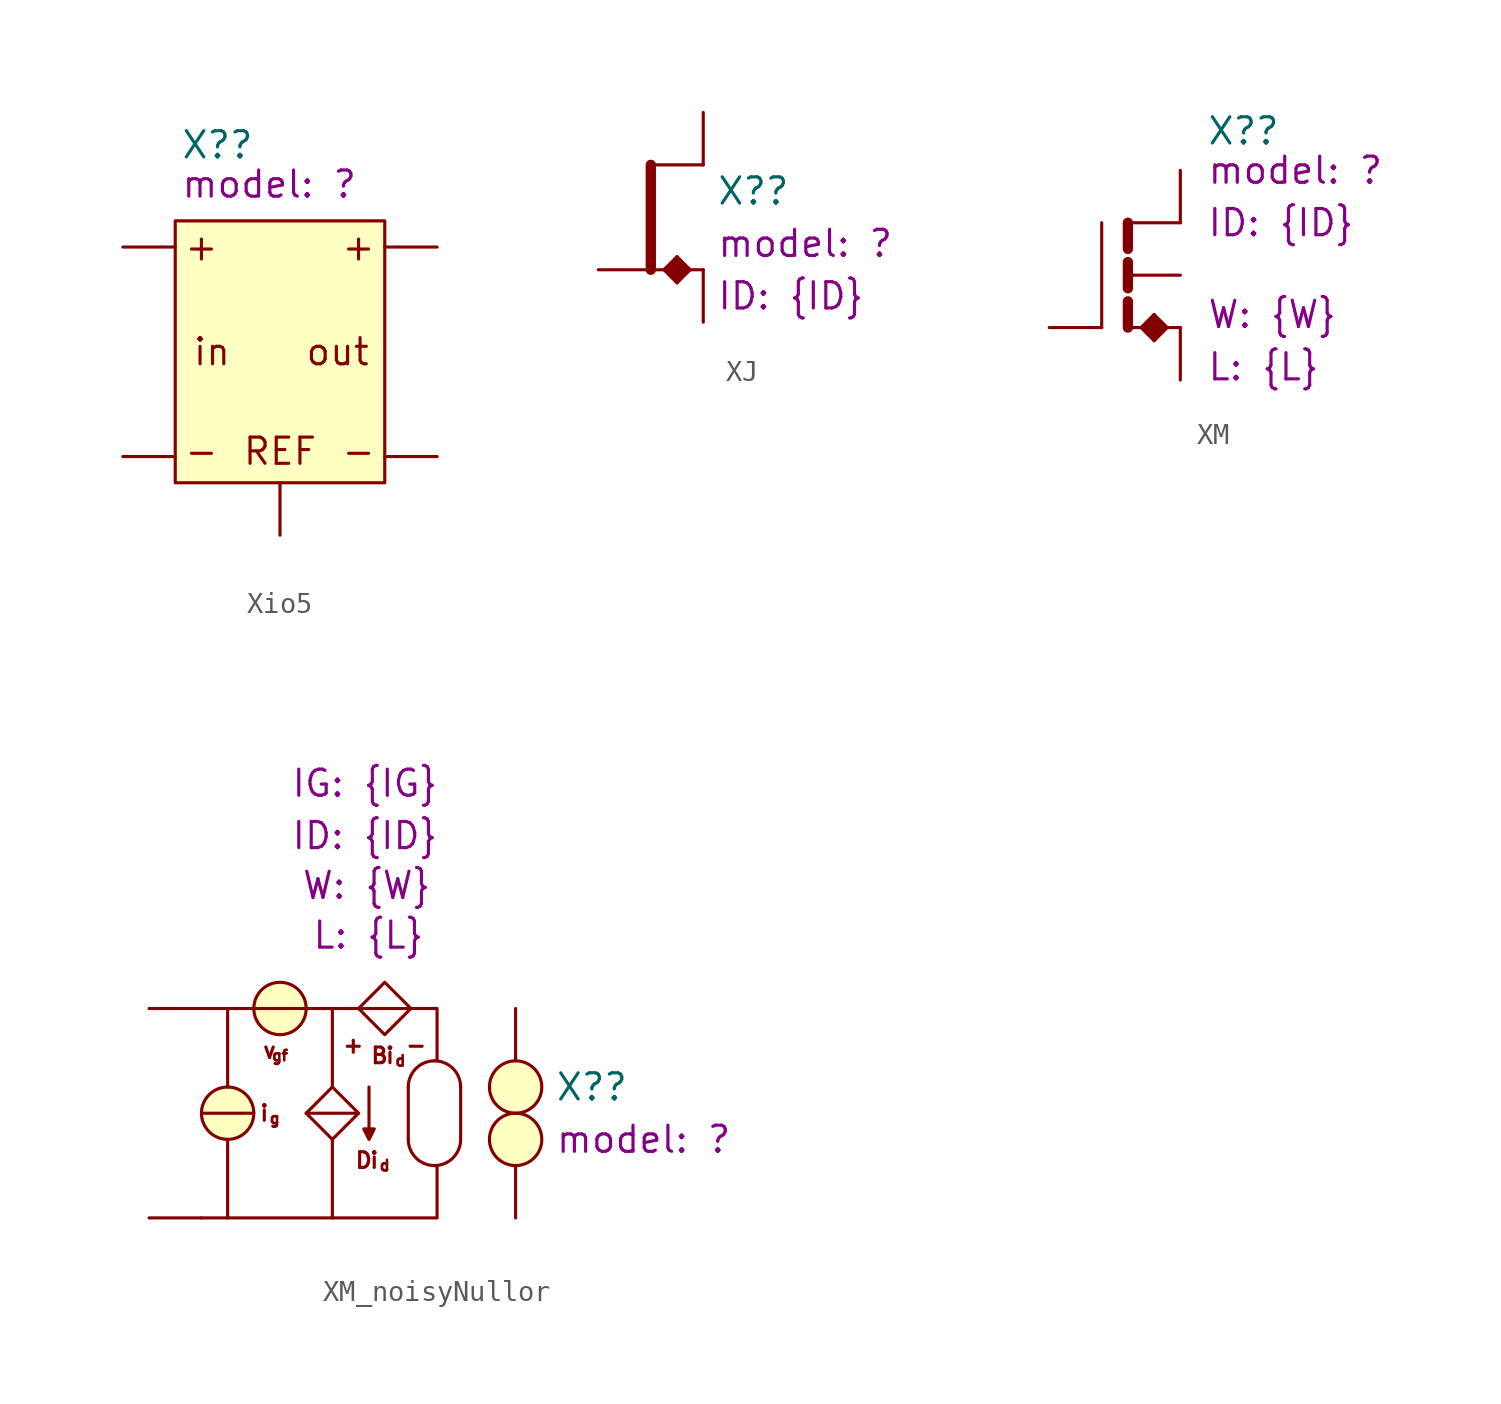
<source format=kicad_sym>
(kicad_symbol_lib
  (version 20241209)
  (generator "kicad_symbol_editor")
  (generator_version "9.0")
  (symbol "Xio5"
    (pin_numbers
      (hide yes))
    (pin_names
      (offset 0)
      (hide yes))
    (property "Reference" "X?"
      (at -4.826 10.033 0)
      (effects (font (size 1.27 1.27)) (justify left)))
    (property "model" "?"
      (at -4.826 8.128 0)
      (show_name)
      (effects (font (size 1.27 1.27)) (justify left)))
    (symbol "Xio5_1_0"
      (pin power_out line (at 0 -8.89 90) (length 2.54) (name "REF" (effects (font (size 1.27 1.27)))) (number "5" (effects (font (size 1.27 1.27)))))
      (pin power_out line (at 7.62 5.08 180) (length 2.54) (name "outP" (effects (font (size 1.27 1.27)))) (number "3" (effects (font (size 1.27 1.27)))))
      (pin power_out line (at 7.62 -5.08 180) (length 2.54) (name "outN" (effects (font (size 1.27 1.27)))) (number "4" (effects (font (size 1.27 1.27))))))
    (symbol "Xio5_1_1"
      (rectangle (start -5.08 6.35) (end 5.08 -6.35) (stroke (width 0) (type default)) (fill (type background)))
      (text "+" (at -3.81 5.08 0) (effects (font (size 1.27 1.27))))
      (text "-" (at -3.81 -4.826 0) (effects (font (size 1.27 1.27))))
      (text "in" (at -3.302 0 0) (effects (font (size 1.27 1.27))))
      (text "REF" (at 0 -4.826 0) (effects (font (size 1.27 1.27))))
      (text "out" (at 2.794 0 0) (effects (font (size 1.27 1.27))))
      (text "+" (at 3.81 5.08 0) (effects (font (size 1.27 1.27))))
      (text "-" (at 3.81 -4.826 0) (effects (font (size 1.27 1.27))))
      (pin input line (at -7.62 5.08 0) (length 2.54) (name "inP" (effects (font (size 1.27 1.27)))) (number "1" (effects (font (size 1.27 1.27)))))
      (pin input line (at -7.62 -5.08 0) (length 2.54) (name "inN" (effects (font (size 1.27 1.27)))) (number "2" (effects (font (size 1.27 1.27)))))))
  (symbol "XJ"
    (pin_numbers
      (hide yes))
    (pin_names
      (offset 0)
      (hide yes))
    (property "Reference" "X?"
      (at 0.635 1.27 0)
      (effects (font (size 1.27 1.27)) (justify left)))
    (property "model" "?"
      (at 0.635 -1.27 0)
      (show_name)
      (effects (font (size 1.27 1.27)) (justify left)))
    (property "ID" "{ID}"
      (at 0.635 -3.81 0)
      (show_name)
      (do_not_autoplace)
      (effects (font (size 1.27 1.27)) (justify left)))
    (symbol "XJ_0_1"
      (polyline (pts (xy -1.905 -2.54) (xy -1.27 -1.905) (xy -1.27 -3.175) (xy -1.905 -2.54)) (stroke (width 0) (type solid)) (fill (type outline)))
      (polyline (pts (xy -0.635 -2.54) (xy -1.27 -1.905) (xy -1.27 -3.175) (xy -0.635 -2.54)) (stroke (width 0) (type solid)) (fill (type outline))))
    (symbol "XJ_1_0"
      (pin unspecified line (at -5.08 -2.54 0) (length 2.54) (name "G" (effects (font (size 1.27 1.27)))) (number "2" (effects (font (size 1.27 1.27)))))
      (pin unspecified line (at 0 5.08 270) (length 2.54) (name "D" (effects (font (size 1.27 1.27)))) (number "1" (effects (font (size 1.27 1.27)))))
      (pin unspecified line (at 0 -5.08 90) (length 2.54) (name "S" (effects (font (size 1.27 1.27)))) (number "3" (effects (font (size 1.27 1.27))))))
    (symbol "XJ_1_1"
      (polyline (pts (xy -2.54 -2.54) (xy -2.54 2.54)) (stroke (width 0.5) (type solid)) (fill (type none)))
      (polyline (pts (xy 0 2.54) (xy -2.54 2.54)) (stroke (width 0) (type default)) (fill (type none)))
      (polyline (pts (xy 0 -2.54) (xy -2.54 -2.54)) (stroke (width 0) (type default)) (fill (type none)))))
  (symbol "XM"
    (pin_numbers
      (hide yes))
    (pin_names
      (offset 0)
      (hide yes))
    (property "Reference" "X?"
      (at 1.27 6.985 0)
      (effects (font (size 1.27 1.27)) (justify left)))
    (property "model" "?"
      (at 1.27 5.08 0)
      (show_name)
      (effects (font (size 1.27 1.27)) (justify left)))
    (property "W" "{W}"
      (at 1.27 -1.905 0)
      (show_name)
      (do_not_autoplace)
      (effects (font (size 1.27 1.27)) (justify left)))
    (property "L" "{L}"
      (at 1.27 -4.445 0)
      (show_name)
      (do_not_autoplace)
      (effects (font (size 1.27 1.27)) (justify left)))
    (property "ID" "{ID}"
      (at 1.27 2.54 0)
      (show_name)
      (do_not_autoplace)
      (effects (font (size 1.27 1.27)) (justify left)))
    (symbol "XM_0_1"
      (polyline (pts (xy -3.81 -2.54) (xy -3.81 2.54)) (stroke (width 0) (type default)) (fill (type none)))
      (polyline (pts (xy -1.905 -2.54) (xy -1.27 -1.905) (xy -1.27 -3.175) (xy -1.905 -2.54)) (stroke (width 0) (type solid)) (fill (type outline)))
      (polyline (pts (xy -0.635 -2.54) (xy -1.27 -1.905) (xy -1.27 -3.175) (xy -0.635 -2.54)) (stroke (width 0) (type solid)) (fill (type outline))))
    (symbol "XM_1_0"
      (pin unspecified line (at -6.35 -2.54 0) (length 2.54) (name "G" (effects (font (size 1.27 1.27)))) (number "2" (effects (font (size 1.27 1.27)))))
      (pin unspecified line (at 0 5.08 270) (length 2.54) (name "D" (effects (font (size 1.27 1.27)))) (number "1" (effects (font (size 1.27 1.27)))))
      (pin unspecified line (at 0 0 180) (length 2.54) (name "B" (effects (font (size 1.27 1.27)))) (number "4" (effects (font (size 1.27 1.27)))))
      (pin unspecified line (at 0 -5.08 90) (length 2.54) (name "S" (effects (font (size 1.27 1.27)))) (number "3" (effects (font (size 1.27 1.27))))))
    (symbol "XM_1_1"
      (polyline (pts (xy -2.54 1.27) (xy -2.54 2.54)) (stroke (width 0.5) (type solid)) (fill (type none)))
      (polyline (pts (xy -2.54 -0.635) (xy -2.54 0.635)) (stroke (width 0.5) (type solid)) (fill (type none)))
      (polyline (pts (xy -2.54 -2.54) (xy -2.54 -1.27)) (stroke (width 0.5) (type solid)) (fill (type none)))
      (polyline (pts (xy 0 2.54) (xy -2.54 2.54)) (stroke (width 0) (type default)) (fill (type none)))
      (polyline (pts (xy 0 -2.54) (xy -2.54 -2.54)) (stroke (width 0) (type default)) (fill (type none)))))
  (symbol "XM_noisyNullor"
    (pin_numbers
      (hide yes))
    (pin_names
      (offset 0)
      (hide yes))
    (property "Reference" "X?"
      (at 1.905 1.27 0)
      (effects (font (size 1.27 1.27)) (justify left)))
    (property "W" "{W}"
      (at -10.414 11.049 0)
      (show_name)
      (effects (font (size 1.27 1.27)) (justify left)))
    (property "L" "{L}"
      (at -9.906 8.636 0)
      (show_name)
      (effects (font (size 1.27 1.27)) (justify left)))
    (property "model" "?"
      (at 1.905 -1.27 0)
      (show_name)
      (effects (font (size 1.27 1.27)) (justify left)))
    (property "ID" "{ID}"
      (at -10.922 13.462 0)
      (show_name)
      (effects (font (size 1.27 1.27)) (justify left)))
    (property "IG" "{IG}"
      (at -10.922 16.002 0)
      (show_name)
      (effects (font (size 1.27 1.27)) (justify left)))
    (symbol "XM_noisyNullor_0_1"
      (polyline (pts (xy -15.24 5.08) (xy -3.81 5.08) (xy -3.81 2.54)) (stroke (width 0) (type default)) (fill (type none)))
      (polyline (pts (xy -15.24 0) (xy -12.7 0)) (stroke (width 0) (type default)) (fill (type none)))
      (polyline (pts (xy -15.24 -5.08) (xy -3.81 -5.08) (xy -3.81 -2.54)) (stroke (width 0) (type default)) (fill (type none)))
      (polyline (pts (xy -13.97 1.27) (xy -13.97 5.08)) (stroke (width 0) (type default)) (fill (type none)))
      (polyline (pts (xy -13.97 -1.27) (xy -13.97 -5.08)) (stroke (width 0) (type default)) (fill (type none)))
      (polyline (pts (xy -10.16 0) (xy -7.62 0)) (stroke (width 0) (type default)) (fill (type none)))
      (polyline (pts (xy -8.89 1.27) (xy -8.89 5.08)) (stroke (width 0) (type default)) (fill (type none)))
      (polyline (pts (xy -8.89 1.27) (xy -10.16 0) (xy -8.89 -1.27) (xy -7.62 0) (xy -8.89 1.27)) (stroke (width 0) (type default)) (fill (type none)))
      (polyline (pts (xy -8.89 -1.27) (xy -8.89 -5.08)) (stroke (width 0) (type default)) (fill (type none)))
      (polyline (pts (xy -6.35 6.35) (xy -7.62 5.08) (xy -6.35 3.81) (xy -5.08 5.08) (xy -6.35 6.35)) (stroke (width 0) (type default)) (fill (type none)))
      (polyline (pts (xy -5.207 1.27) (xy -5.207 -1.27)) (stroke (width 0) (type default)) (fill (type none)))
      (arc (start -2.667 -1.27) (mid -3.039 -2.168) (end -3.937 -2.54) (stroke (width 0) (type default)) (fill (type none)))
      (arc (start -3.9369 2.5401) (mid -3.0389 2.1681) (end -2.6669 1.2701) (stroke (width 0) (type default)) (fill (type none)))
      (arc (start -3.937 -2.54) (mid -4.835 -2.168) (end -5.207 -1.27) (stroke (width 0) (type default)) (fill (type none)))
      (arc (start -5.2069 1.2701) (mid -4.8349 2.1681) (end -3.9369 2.5401) (stroke (width 0) (type default)) (fill (type none)))
      (polyline (pts (xy -2.667 1.27) (xy -2.667 -1.27)) (stroke (width 0) (type default)) (fill (type none))))
    (symbol "XM_noisyNullor_1_0"
      (pin power_out line (at 0 5.08 270) (length 2.54) (name "outP" (effects (font (size 1.27 1.27)))) (number "3" (effects (font (size 1.27 1.27)))))
      (pin power_out line (at 0 -5.08 90) (length 2.54) (name "outN" (effects (font (size 1.27 1.27)))) (number "4" (effects (font (size 1.27 1.27))))))
    (symbol "XM_noisyNullor_1_1"
      (circle (center -13.97 0) (radius 1.27) (stroke (width 0) (type default)) (fill (type background)))
      (circle (center -11.43 5.08) (radius 1.27) (stroke (width 0) (type default)) (fill (type background)))
      (polyline (pts (xy -7.112 1.27) (xy -7.112 -1.27) (xy -7.366 -0.762) (xy -6.858 -0.762) (xy -7.112 -1.27)) (stroke (width 0) (type default)) (fill (type outline)))
      (circle (center 0 1.27) (radius 1.27) (stroke (width 0) (type default)) (fill (type background)))
      (circle (center 0 -1.27) (radius 1.27) (stroke (width 0) (type default)) (fill (type background)))
      (text "i" (at -12.192 0 0) (effects (font (size 0.762 0.762))))
      (text "v" (at -11.938 3.048 0) (effects (font (size 0.762 0.762))))
      (text "g" (at -11.684 -0.254 0) (effects (font (size 0.508 0.508))))
      (text "gf" (at -11.43 2.794 0) (effects (font (size 0.508 0.508))))
      (text "+" (at -7.874 3.302 0) (effects (font (size 0.762 0.762))))
      (text "D" (at -7.366 -2.286 0) (effects (font (size 0.762 0.762))))
      (text "i" (at -6.858 -2.286 0) (effects (font (size 0.762 0.762))))
      (text "B" (at -6.604 2.794 0) (effects (font (size 0.762 0.762))))
      (text "d" (at -6.35 -2.54 0) (effects (font (size 0.508 0.508))))
      (text "i" (at -6.096 2.794 0) (effects (font (size 0.762 0.762))))
      (text "d" (at -5.588 2.54 0) (effects (font (size 0.508 0.508))))
      (text "-" (at -4.826 3.302 0) (effects (font (size 0.762 0.762))))
      (pin input line (at -17.78 5.08 0) (length 2.54) (name "inp" (effects (font (size 1.27 1.27)))) (number "1" (effects (font (size 1.27 1.27)))))
      (pin input line (at -17.78 -5.08 0) (length 2.54) (name "inN" (effects (font (size 1.27 1.27)))) (number "2" (effects (font (size 1.27 1.27))))))))
</source>
